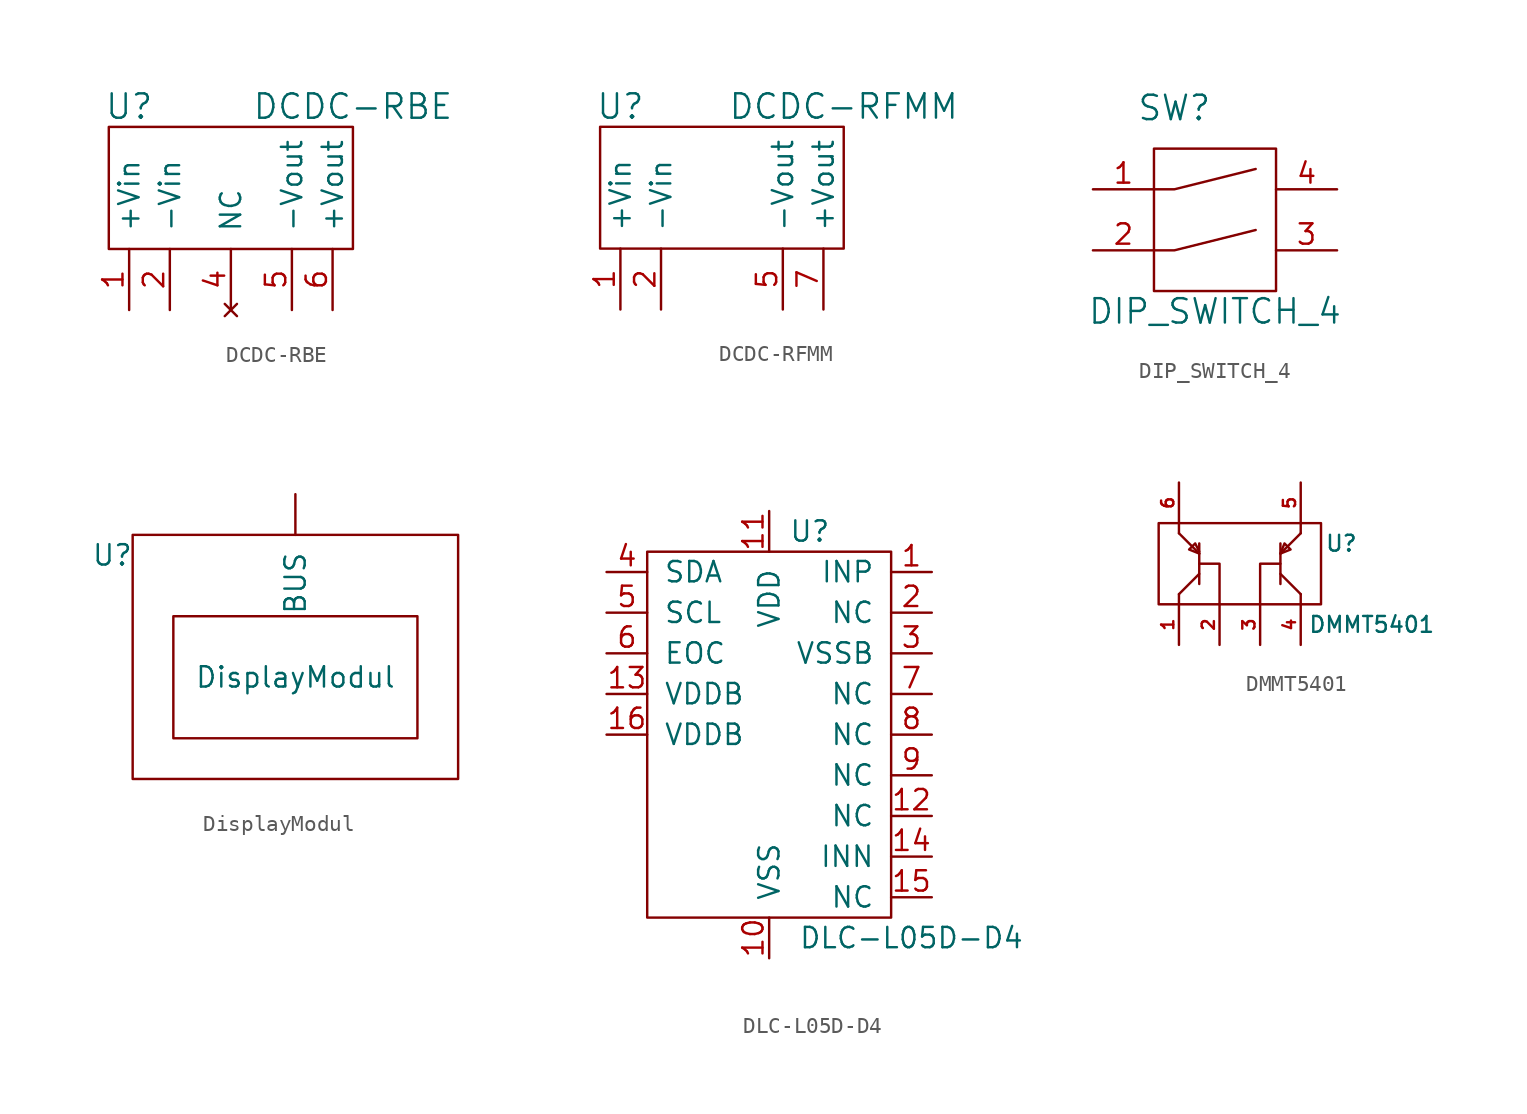
<source format=kicad_sym>
(kicad_symbol_lib
  (version 20211014)
  (generator kicad_symbol_editor)
  (symbol "DCDC-RBE"
    (pin_names
      (offset 1.016))
    (property "Reference" "U"
      (at -6.35 5.08 0)
      (effects (font (size 1.524 1.524))))
    (property "Value" "DCDC-RBE"
      (at 7.62 5.08 0)
      (effects (font (size 1.524 1.524))))
    (property "Footprint" ""
      (at 0 0 0)
      (effects (font (size 1.524 1.524))))
    (property "Datasheet" ""
      (at 0 0 0)
      (effects (font (size 1.524 1.524))))
    (symbol "DCDC-RBE_0_1"
      (rectangle (start -7.62 3.81) (end 7.62 -3.81) (stroke (width 0) (type default) (color 0 0 0 0)) (fill (type none))))
    (symbol "DCDC-RBE_1_1"
      (pin passive line (at -6.35 -7.62 90) (length 3.81) (name "+Vin" (effects (font (size 1.27 1.27)))) (number "1" (effects (font (size 1.27 1.27)))))
      (pin passive line (at -3.81 -7.62 90) (length 3.81) (name "-Vin" (effects (font (size 1.27 1.27)))) (number "2" (effects (font (size 1.27 1.27)))))
      (pin no_connect line (at 0 -7.62 90) (length 3.81) (name "NC" (effects (font (size 1.27 1.27)))) (number "4" (effects (font (size 1.27 1.27)))))
      (pin passive line (at 3.81 -7.62 90) (length 3.81) (name "-Vout" (effects (font (size 1.27 1.27)))) (number "5" (effects (font (size 1.27 1.27)))))
      (pin passive line (at 6.35 -7.62 90) (length 3.81) (name "+Vout" (effects (font (size 1.27 1.27)))) (number "6" (effects (font (size 1.27 1.27)))))))
  (symbol "DCDC-RFMM"
    (pin_names
      (offset 1.016))
    (property "Reference" "U"
      (at -6.35 5.08 0)
      (effects (font (size 1.524 1.524))))
    (property "Value" "DCDC-RFMM"
      (at 7.62 5.08 0)
      (effects (font (size 1.524 1.524))))
    (property "Footprint" ""
      (at 0 0 0)
      (effects (font (size 1.524 1.524))))
    (property "Datasheet" ""
      (at 0 0 0)
      (effects (font (size 1.524 1.524))))
    (symbol "DCDC-RFMM_0_1"
      (rectangle (start -7.62 3.81) (end 7.62 -3.81) (stroke (width 0) (type default) (color 0 0 0 0)) (fill (type none))))
    (symbol "DCDC-RFMM_1_1"
      (pin passive line (at -6.35 -7.62 90) (length 3.81) (name "+Vin" (effects (font (size 1.27 1.27)))) (number "1" (effects (font (size 1.27 1.27)))))
      (pin passive line (at -3.81 -7.62 90) (length 3.81) (name "-Vin" (effects (font (size 1.27 1.27)))) (number "2" (effects (font (size 1.27 1.27)))))
      (pin passive line (at 3.81 -7.62 90) (length 3.81) (name "-Vout" (effects (font (size 1.27 1.27)))) (number "5" (effects (font (size 1.27 1.27)))))
      (pin passive line (at 6.35 -7.62 90) (length 3.81) (name "+Vout" (effects (font (size 1.27 1.27)))) (number "7" (effects (font (size 1.27 1.27)))))))
  (symbol "DIP_SWITCH_4"
    (pin_names
      (offset 1.016))
    (property "Reference" "SW"
      (at -2.54 6.35 0)
      (effects (font (size 1.524 1.524))))
    (property "Value" "DIP_SWITCH_4"
      (at 0 -6.35 0)
      (effects (font (size 1.524 1.524))))
    (property "Footprint" ""
      (at 0 0 0)
      (effects (font (size 1.524 1.524))))
    (property "Datasheet" ""
      (at 0 0 0)
      (effects (font (size 1.524 1.524))))
    (symbol "DIP_SWITCH_4_0_1"
      (rectangle (start -3.81 3.81) (end 3.81 -5.08) (stroke (width 0) (type default) (color 0 0 0 0)) (fill (type none)))
      (polyline (pts (xy -3.81 -2.54) (xy -2.54 -2.54) (xy 2.54 -1.27)) (stroke (width 0) (type default) (color 0 0 0 0)) (fill (type none)))
      (polyline (pts (xy -3.81 1.27) (xy -2.54 1.27) (xy 2.54 2.54)) (stroke (width 0) (type default) (color 0 0 0 0)) (fill (type none))))
    (symbol "DIP_SWITCH_4_1_1"
      (pin passive line (at -7.62 1.27 0) (length 3.81) (name "~" (effects (font (size 1.27 1.27)))) (number "1" (effects (font (size 1.27 1.27)))))
      (pin passive line (at -7.62 -2.54 0) (length 3.81) (name "~" (effects (font (size 1.27 1.27)))) (number "2" (effects (font (size 1.27 1.27)))))
      (pin passive line (at 7.62 -2.54 180) (length 3.81) (name "~" (effects (font (size 1.27 1.27)))) (number "3" (effects (font (size 1.27 1.27)))))
      (pin passive line (at 7.62 1.27 180) (length 3.81) (name "~" (effects (font (size 1.27 1.27)))) (number "4" (effects (font (size 1.27 1.27)))))))
  (symbol "DisplayModul"
    (pin_names
      (offset 1.016))
    (property "Reference" "U"
      (at -11.43 7.62 0)
      (effects (font (size 1.27 1.27))))
    (property "Value" "DisplayModul"
      (at 0 0 0)
      (effects (font (size 1.27 1.27))))
    (symbol "DisplayModul_0_1"
      (rectangle (start -10.16 8.89) (end 10.16 -6.35) (stroke (width 0) (type default) (color 0 0 0 0)) (fill (type none)))
      (rectangle (start -7.62 3.81) (end 7.62 -3.81) (stroke (width 0) (type default) (color 0 0 0 0)) (fill (type none))))
    (symbol "DisplayModul_1_1"
      (pin output line (at 0 11.43 270) (length 2.54) (name "BUS" (effects (font (size 1.27 1.27)))) (number "~" (effects (font (size 1.27 1.27)))))))
  (symbol "DLC-L05D-D4"
    (pin_names
      (offset 1.016))
    (property "Reference" "U"
      (at 2.54 12.7 0)
      (effects (font (size 1.27 1.27))))
    (property "Value" "DLC-L05D-D4"
      (at 8.89 -12.7 0)
      (effects (font (size 1.27 1.27))))
    (symbol "DLC-L05D-D4_0_1"
      (rectangle (start -7.62 11.43) (end 7.62 -11.43) (stroke (width 0) (type default) (color 0 0 0 0)) (fill (type none))))
    (symbol "DLC-L05D-D4_1_1"
      (pin input line (at 10.16 10.16 180) (length 2.54) (name "INP" (effects (font (size 1.27 1.27)))) (number "1" (effects (font (size 1.27 1.27)))))
      (pin input line (at 0 -13.97 90) (length 2.54) (name "VSS" (effects (font (size 1.27 1.27)))) (number "10" (effects (font (size 1.27 1.27)))))
      (pin input line (at 0 13.97 270) (length 2.54) (name "VDD" (effects (font (size 1.27 1.27)))) (number "11" (effects (font (size 1.27 1.27)))))
      (pin input line (at 10.16 -5.08 180) (length 2.54) (name "NC" (effects (font (size 1.27 1.27)))) (number "12" (effects (font (size 1.27 1.27)))))
      (pin input line (at -10.16 2.54 0) (length 2.54) (name "VDDB" (effects (font (size 1.27 1.27)))) (number "13" (effects (font (size 1.27 1.27)))))
      (pin input line (at 10.16 -7.62 180) (length 2.54) (name "INN" (effects (font (size 1.27 1.27)))) (number "14" (effects (font (size 1.27 1.27)))))
      (pin input line (at 10.16 -10.16 180) (length 2.54) (name "NC" (effects (font (size 1.27 1.27)))) (number "15" (effects (font (size 1.27 1.27)))))
      (pin input line (at -10.16 0 0) (length 2.54) (name "VDDB" (effects (font (size 1.27 1.27)))) (number "16" (effects (font (size 1.27 1.27)))))
      (pin input line (at 10.16 7.62 180) (length 2.54) (name "NC" (effects (font (size 1.27 1.27)))) (number "2" (effects (font (size 1.27 1.27)))))
      (pin input line (at 10.16 5.08 180) (length 2.54) (name "VSSB" (effects (font (size 1.27 1.27)))) (number "3" (effects (font (size 1.27 1.27)))))
      (pin input line (at -10.16 10.16 0) (length 2.54) (name "SDA" (effects (font (size 1.27 1.27)))) (number "4" (effects (font (size 1.27 1.27)))))
      (pin input line (at -10.16 7.62 0) (length 2.54) (name "SCL" (effects (font (size 1.27 1.27)))) (number "5" (effects (font (size 1.27 1.27)))))
      (pin input line (at -10.16 5.08 0) (length 2.54) (name "EOC" (effects (font (size 1.27 1.27)))) (number "6" (effects (font (size 1.27 1.27)))))
      (pin input line (at 10.16 2.54 180) (length 2.54) (name "NC" (effects (font (size 1.27 1.27)))) (number "7" (effects (font (size 1.27 1.27)))))
      (pin input line (at 10.16 0 180) (length 2.54) (name "NC" (effects (font (size 1.27 1.27)))) (number "8" (effects (font (size 1.27 1.27)))))
      (pin input line (at 10.16 -2.54 180) (length 2.54) (name "NC" (effects (font (size 1.27 1.27)))) (number "9" (effects (font (size 1.27 1.27)))))))
  (symbol "DMMT5401"
    (pin_names
      (offset 1.016))
    (property "Reference" "U"
      (at 6.35 2.54 0)
      (effects (font (size 0.991 0.991))))
    (property "Value" "DMMT5401"
      (at 8.255 -2.54 0)
      (effects (font (size 0.991 0.991))))
    (symbol "DMMT5401_0_0"
      (pin passive line (at -3.81 -3.81 90) (length 2.54) (name "~" (effects (font (size 0.762 0.762)))) (number "1" (effects (font (size 0.762 0.762)))))
      (pin passive line (at -1.27 -3.81 90) (length 2.54) (name "~" (effects (font (size 0.762 0.762)))) (number "2" (effects (font (size 0.762 0.762)))))
      (pin passive line (at 1.27 -3.81 90) (length 2.54) (name "~" (effects (font (size 0.762 0.762)))) (number "3" (effects (font (size 0.762 0.762)))))
      (pin passive line (at 3.81 -3.81 90) (length 2.54) (name "~" (effects (font (size 0.762 0.762)))) (number "4" (effects (font (size 0.762 0.762)))))
      (pin passive line (at 3.81 6.35 270) (length 2.54) (name "~" (effects (font (size 0.762 0.762)))) (number "5" (effects (font (size 0.762 0.762)))))
      (pin passive line (at -3.81 6.35 270) (length 2.54) (name "~" (effects (font (size 0.762 0.762)))) (number "6" (effects (font (size 0.762 0.762))))))
    (symbol "DMMT5401_0_1"
      (rectangle (start -5.08 3.81) (end 5.08 -1.27) (stroke (width 0) (type default) (color 0 0 0 0)) (fill (type none)))
      (polyline (pts (xy -3.81 -0.635) (xy -3.81 -1.27)) (stroke (width 0) (type default) (color 0 0 0 0)) (fill (type none)))
      (polyline (pts (xy -3.81 3.81) (xy -3.81 3.175)) (stroke (width 0) (type default) (color 0 0 0 0)) (fill (type none)))
      (polyline (pts (xy -2.54 0) (xy -2.54 2.54)) (stroke (width 0) (type default) (color 0 0 0 0)) (fill (type none)))
      (polyline (pts (xy -2.54 0.635) (xy -3.81 -0.635)) (stroke (width 0) (type default) (color 0 0 0 0)) (fill (type none)))
      (polyline (pts (xy -2.54 1.905) (xy -3.81 3.175)) (stroke (width 0) (type default) (color 0 0 0 0)) (fill (type none)))
      (polyline (pts (xy 2.54 0.635) (xy 3.81 -0.635)) (stroke (width 0) (type default) (color 0 0 0 0)) (fill (type none)))
      (polyline (pts (xy 2.54 1.905) (xy 3.81 3.175)) (stroke (width 0) (type default) (color 0 0 0 0)) (fill (type none)))
      (polyline (pts (xy 2.54 2.54) (xy 2.54 0)) (stroke (width 0) (type default) (color 0 0 0 0)) (fill (type none)))
      (polyline (pts (xy 3.81 -1.27) (xy 3.81 -0.635)) (stroke (width 0) (type default) (color 0 0 0 0)) (fill (type none)))
      (polyline (pts (xy 3.81 3.81) (xy 3.81 3.175)) (stroke (width 0) (type default) (color 0 0 0 0)) (fill (type none)))
      (polyline (pts (xy -2.54 1.27) (xy -1.27 1.27) (xy -1.27 -1.27)) (stroke (width 0) (type default) (color 0 0 0 0)) (fill (type none)))
      (polyline (pts (xy 2.54 1.27) (xy 1.27 1.27) (xy 1.27 -1.27)) (stroke (width 0) (type default) (color 0 0 0 0)) (fill (type none)))
      (polyline (pts (xy -2.54 2.032) (xy -2.794 2.54) (xy -3.175 2.159) (xy -2.54 1.905)) (stroke (width 0) (type default) (color 0 0 0 0)) (fill (type none)))
      (polyline (pts (xy 2.54 1.905) (xy 2.794 2.54) (xy 3.175 2.159) (xy 2.54 1.905)) (stroke (width 0) (type default) (color 0 0 0 0)) (fill (type none))))))
</source>
